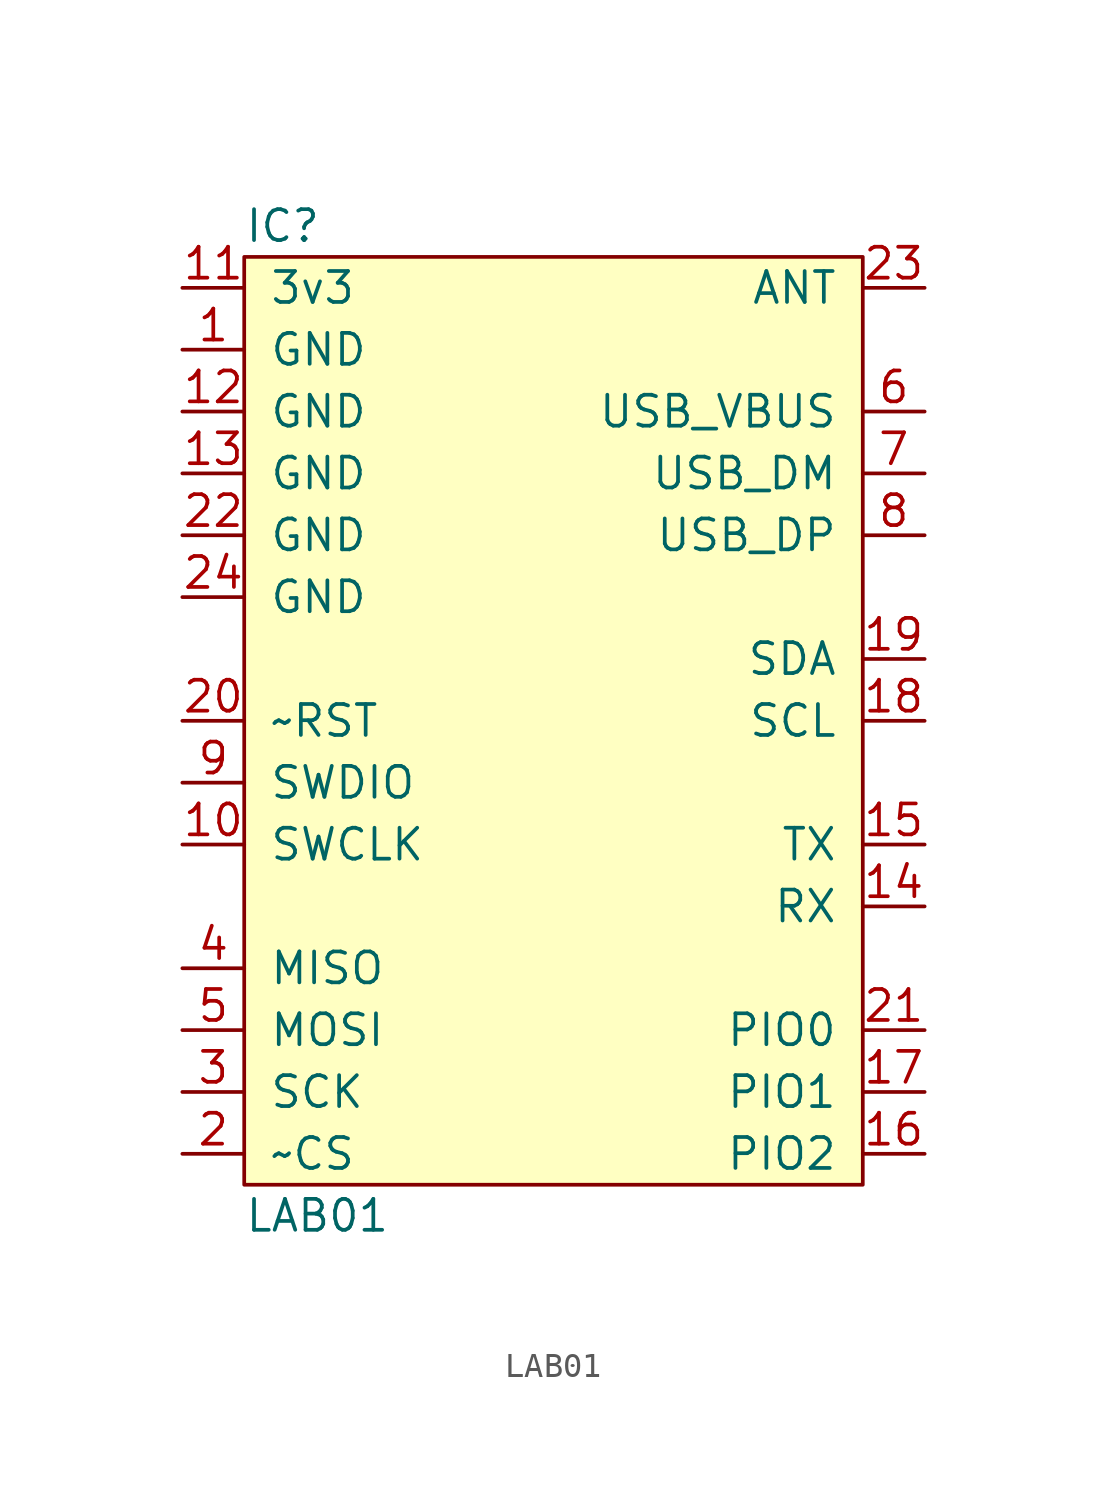
<source format=kicad_sym>
(kicad_symbol_lib
  (version 20211014)
  (generator agg_kicad.build_lib_ic)
  (symbol "LAB01"
    (pin_names
      (offset 1.016))
    (property Reference IC
      (at -12.7 20.32 0)
      (effects (font (size 1.27 1.27)) (justify left)))
    (property Value "LAB01"
      (at -12.7 -20.32 0)
      (effects (font (size 1.27 1.27)) (justify left)))
    (symbol "LAB01_0_0"
      (rectangle (start -12.7 19.05) (end 12.7 -19.05) (stroke (width 0) (type default) (color 0 0 0 0)) (fill (type background)))
      (pin power_in line (at -15.24 17.78 0) (length 2.54) (name "3v3" (effects (font (size 1.27 1.27)))) (number "11" (effects (font (size 1.27 1.27)))))
      (pin power_in line (at -15.24 15.24 0) (length 2.54) (name GND (effects (font (size 1.27 1.27)))) (number "1" (effects (font (size 1.27 1.27)))))
      (pin power_in line (at -15.24 12.7 0) (length 2.54) (name GND (effects (font (size 1.27 1.27)))) (number "12" (effects (font (size 1.27 1.27)))))
      (pin power_in line (at -15.24 10.16 0) (length 2.54) (name GND (effects (font (size 1.27 1.27)))) (number "13" (effects (font (size 1.27 1.27)))))
      (pin power_in line (at -15.24 7.62 0) (length 2.54) (name GND (effects (font (size 1.27 1.27)))) (number "22" (effects (font (size 1.27 1.27)))))
      (pin power_in line (at -15.24 5.08 0) (length 2.54) (name GND (effects (font (size 1.27 1.27)))) (number "24" (effects (font (size 1.27 1.27)))))
      (pin input line (at -15.24 0 0) (length 2.54) (name "~RST" (effects (font (size 1.27 1.27)))) (number "20" (effects (font (size 1.27 1.27)))))
      (pin bidirectional line (at -15.24 -2.54 0) (length 2.54) (name SWDIO (effects (font (size 1.27 1.27)))) (number "9" (effects (font (size 1.27 1.27)))))
      (pin input line (at -15.24 -5.08 0) (length 2.54) (name SWCLK (effects (font (size 1.27 1.27)))) (number "10" (effects (font (size 1.27 1.27)))))
      (pin output line (at -15.24 -10.16 0) (length 2.54) (name MISO (effects (font (size 1.27 1.27)))) (number "4" (effects (font (size 1.27 1.27)))))
      (pin input line (at -15.24 -12.7 0) (length 2.54) (name MOSI (effects (font (size 1.27 1.27)))) (number "5" (effects (font (size 1.27 1.27)))))
      (pin bidirectional line (at -15.24 -15.24 0) (length 2.54) (name SCK (effects (font (size 1.27 1.27)))) (number "3" (effects (font (size 1.27 1.27)))))
      (pin input line (at -15.24 -17.78 0) (length 2.54) (name "~CS" (effects (font (size 1.27 1.27)))) (number "2" (effects (font (size 1.27 1.27)))))
      (pin bidirectional line (at 15.24 17.78 180) (length 2.54) (name ANT (effects (font (size 1.27 1.27)))) (number "23" (effects (font (size 1.27 1.27)))))
      (pin input line (at 15.24 12.7 180) (length 2.54) (name USB_VBUS (effects (font (size 1.27 1.27)))) (number "6" (effects (font (size 1.27 1.27)))))
      (pin bidirectional line (at 15.24 10.16 180) (length 2.54) (name USB_DM (effects (font (size 1.27 1.27)))) (number "7" (effects (font (size 1.27 1.27)))))
      (pin bidirectional line (at 15.24 7.62 180) (length 2.54) (name USB_DP (effects (font (size 1.27 1.27)))) (number "8" (effects (font (size 1.27 1.27)))))
      (pin open_collector line (at 15.24 2.54 180) (length 2.54) (name SDA (effects (font (size 1.27 1.27)))) (number "19" (effects (font (size 1.27 1.27)))))
      (pin open_collector line (at 15.24 0 180) (length 2.54) (name SCL (effects (font (size 1.27 1.27)))) (number "18" (effects (font (size 1.27 1.27)))))
      (pin output line (at 15.24 -5.08 180) (length 2.54) (name TX (effects (font (size 1.27 1.27)))) (number "15" (effects (font (size 1.27 1.27)))))
      (pin input line (at 15.24 -7.62 180) (length 2.54) (name RX (effects (font (size 1.27 1.27)))) (number "14" (effects (font (size 1.27 1.27)))))
      (pin bidirectional line (at 15.24 -12.7 180) (length 2.54) (name "PIO0" (effects (font (size 1.27 1.27)))) (number "21" (effects (font (size 1.27 1.27)))))
      (pin bidirectional line (at 15.24 -15.24 180) (length 2.54) (name "PIO1" (effects (font (size 1.27 1.27)))) (number "17" (effects (font (size 1.27 1.27)))))
      (pin bidirectional line (at 15.24 -17.78 180) (length 2.54) (name "PIO2" (effects (font (size 1.27 1.27)))) (number "16" (effects (font (size 1.27 1.27))))))))
</source>
